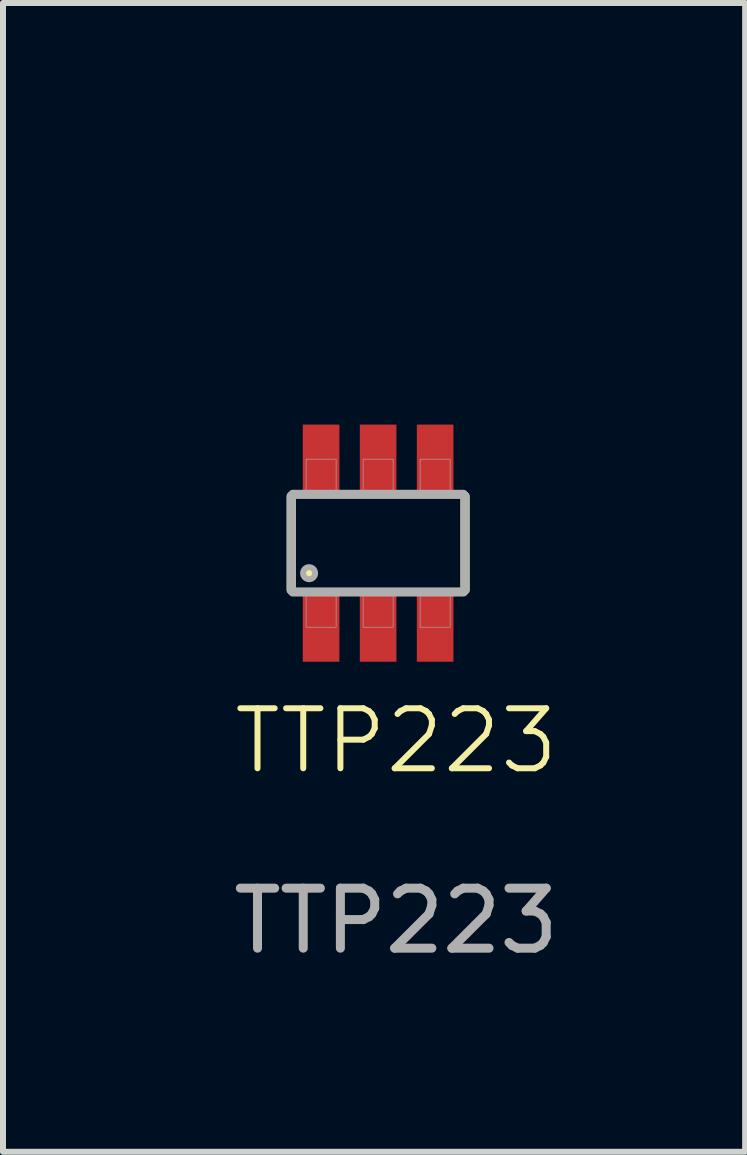
<source format=kicad_pcb>
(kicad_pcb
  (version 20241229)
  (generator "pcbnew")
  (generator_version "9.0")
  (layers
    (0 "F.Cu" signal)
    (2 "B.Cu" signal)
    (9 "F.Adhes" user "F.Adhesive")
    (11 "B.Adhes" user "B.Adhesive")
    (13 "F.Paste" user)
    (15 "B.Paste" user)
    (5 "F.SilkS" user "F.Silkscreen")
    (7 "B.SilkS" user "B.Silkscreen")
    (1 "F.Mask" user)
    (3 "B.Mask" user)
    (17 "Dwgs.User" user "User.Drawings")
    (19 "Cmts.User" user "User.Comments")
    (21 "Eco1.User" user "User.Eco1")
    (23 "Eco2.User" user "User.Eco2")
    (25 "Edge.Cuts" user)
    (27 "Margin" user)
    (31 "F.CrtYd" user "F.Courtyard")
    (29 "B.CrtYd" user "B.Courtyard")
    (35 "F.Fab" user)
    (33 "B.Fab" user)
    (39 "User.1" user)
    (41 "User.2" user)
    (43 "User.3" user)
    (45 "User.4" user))
  (footprint "TTP223"
    (layer "F.Cu")
    (at 0.25 0.25)
    (property "Reference" "TTP223" (at 3.3 9.043 0) (unlocked yes) (layer "F.SilkS") (effects (font (size 1 1) (thickness 0.1))))
    (attr smd)
    (fp_line (start 1.552 6.531) (end 1.552 4.969) (stroke (width 0.152) (type solid)) (layer "F.SilkS"))
    (fp_line (start 4.448 4.969) (end 4.448 6.531) (stroke (width 0.152) (type solid)) (layer "F.SilkS"))
    (fp_circle (center 1.85 6.25) (end 1.95 6.25) (stroke (width 0) (type solid)) (fill yes) (layer "F.SilkS"))
    (fp_line (start 1.552 6.531) (end 1.552 4.969) (stroke (width 0.152) (type solid)) (layer "F.Fab"))
    (fp_line (start 1.577 4.937) (end 4.422 4.937) (stroke (width 0.152) (type solid)) (layer "F.Fab"))
    (fp_line (start 4.422 6.563) (end 1.577 6.563) (stroke (width 0.152) (type solid)) (layer "F.Fab"))
    (fp_line (start 4.448 6.531) (end 4.448 4.969) (stroke (width 0.152) (type solid)) (layer "F.Fab"))
    (fp_circle (center 1.85 6.25) (end 1.95 6.25) (stroke (width 0.1) (type solid)) (fill no) (layer "F.Fab"))
    (fp_poly (pts (xy 1.8 4.35) (xy 2.3 4.35) (xy 2.3 4.95) (xy 1.8 4.95)) (stroke (width 0.01) (type solid)) (fill no) (layer "F.Fab"))
    (fp_poly (pts (xy 1.8 6.55) (xy 2.3 6.55) (xy 2.3 7.15) (xy 1.8 7.15)) (stroke (width 0.01) (type solid)) (fill no) (layer "F.Fab"))
    (fp_poly (pts (xy 2.75 4.35) (xy 3.25 4.35) (xy 3.25 4.95) (xy 2.75 4.95)) (stroke (width 0.01) (type solid)) (fill no) (layer "F.Fab"))
    (fp_poly (pts (xy 2.75 6.55) (xy 3.25 6.55) (xy 3.25 7.15) (xy 2.75 7.15)) (stroke (width 0.01) (type solid)) (fill no) (layer "F.Fab"))
    (fp_poly (pts (xy 3.7 4.35) (xy 4.2 4.35) (xy 4.2 4.95) (xy 3.7 4.95)) (stroke (width 0.01) (type solid)) (fill no) (layer "F.Fab"))
    (fp_poly (pts (xy 3.7 6.55) (xy 4.2 6.55) (xy 4.2 7.15) (xy 3.7 7.15)) (stroke (width 0.01) (type solid)) (fill no) (layer "F.Fab"))
    (fp_text user "${REFERENCE}" (at 3.3 12.043 0) (unlocked yes) (layer "F.Fab") (effects (font (size 1 1) (thickness 0.15))))
    (pad "1" smd rect (at 2.05 7.154) (size 0.61 1.143) (layers "F.Cu" "F.Mask" "F.Paste"))
    (pad "2" smd rect (at 3 7.154) (size 0.61 1.143) (layers "F.Cu" "F.Mask" "F.Paste"))
    (pad "3" smd rect (at 3.95 7.154) (size 0.61 1.143) (layers "F.Cu" "F.Mask" "F.Paste"))
    (pad "4" smd rect (at 3.95 4.346) (size 0.61 1.143) (layers "F.Cu" "F.Mask" "F.Paste"))
    (pad "5" smd rect (at 3 4.346) (size 0.61 1.143) (layers "F.Cu" "F.Mask" "F.Paste"))
    (pad "6" smd rect (at 2.05 4.346) (size 0.61 1.143) (layers "F.Cu" "F.Mask" "F.Paste")))
  (gr_rect
    (start -3 -3)
    (end 9.365 16.141)
    (stroke (width 0.1) (type default))
    (fill no)
    (layer "Edge.Cuts")))
</source>
